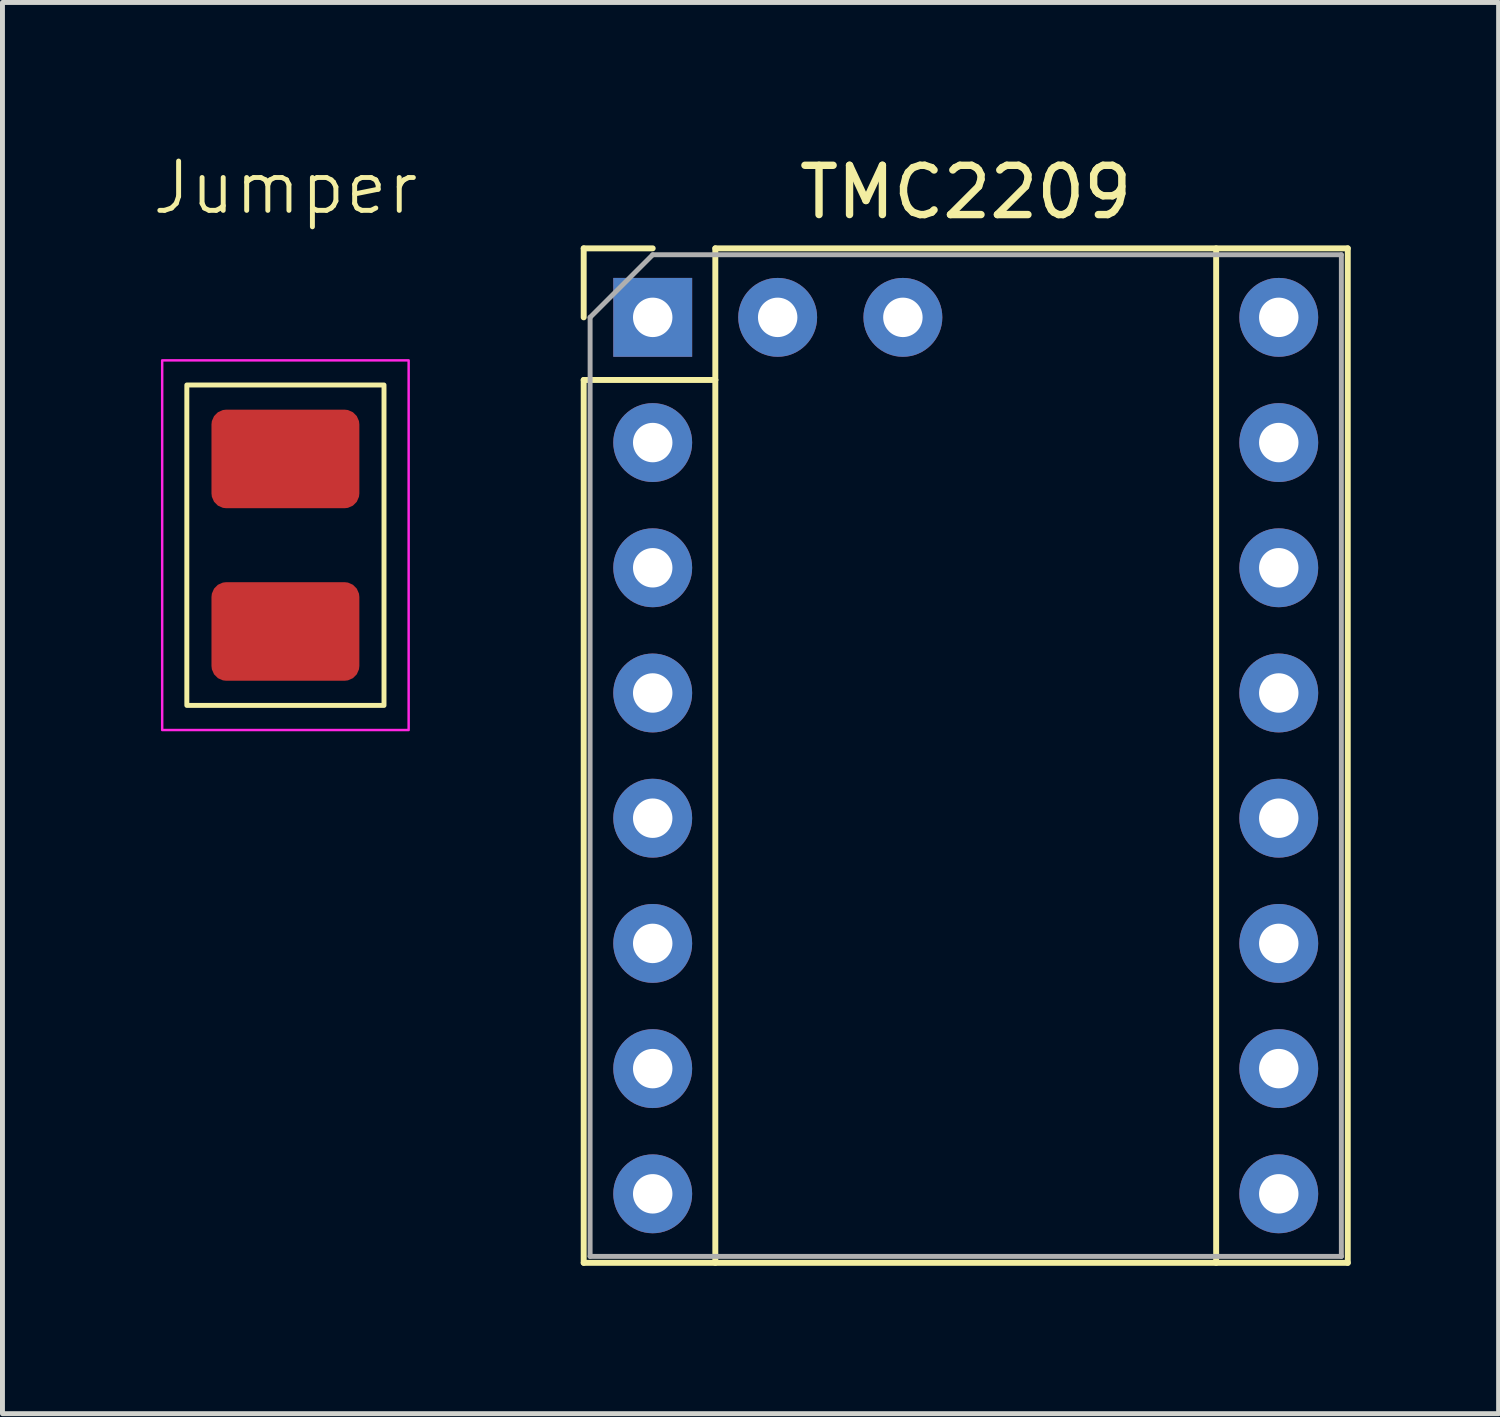
<source format=kicad_pcb>
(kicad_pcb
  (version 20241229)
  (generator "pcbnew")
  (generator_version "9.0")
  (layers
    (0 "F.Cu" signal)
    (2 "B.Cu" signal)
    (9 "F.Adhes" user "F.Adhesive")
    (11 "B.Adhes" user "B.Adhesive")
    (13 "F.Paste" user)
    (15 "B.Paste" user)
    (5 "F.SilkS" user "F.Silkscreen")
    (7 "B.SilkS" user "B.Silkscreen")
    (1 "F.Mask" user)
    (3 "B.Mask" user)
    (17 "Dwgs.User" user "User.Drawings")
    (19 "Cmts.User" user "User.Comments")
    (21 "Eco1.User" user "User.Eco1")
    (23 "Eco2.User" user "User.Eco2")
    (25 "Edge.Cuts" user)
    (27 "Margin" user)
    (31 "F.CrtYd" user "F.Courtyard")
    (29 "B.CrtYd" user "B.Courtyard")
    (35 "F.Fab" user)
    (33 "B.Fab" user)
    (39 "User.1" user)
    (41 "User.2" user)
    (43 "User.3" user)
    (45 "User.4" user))
  (footprint "Jumper"
    (layer "F.Cu")
    (at 2.74 1.26)
    (property "Reference" "Jumper" (at 0 -0.5 0) (unlocked yes) (layer "F.SilkS") (effects (font (size 1 1) (thickness 0.1))))
    (attr through_hole)
    (fp_rect (start -2 3.5) (end 2 10) (stroke (width 0.1) (type default)) (fill no) (layer "F.SilkS"))
    (fp_rect (start -2.5 3) (end 2.5 10.5) (stroke (width 0.05) (type default)) (fill no) (layer "F.CrtYd"))
    (pad "1" smd roundrect (at 0 5) (size 3 2) (layers "F.Cu" "F.Mask" "F.Paste") (roundrect_rratio 0.15))
    (pad "2" smd roundrect (at 0 8.5) (size 3 2) (layers "F.Cu" "F.Mask" "F.Paste") (roundrect_rratio 0.15)))
  (footprint "TMC2209"
    (layer "F.Cu")
    (at 8.731 1.928)
    (property "Reference" "TMC2209" (at 7.81 -1.08 0) (layer "F.SilkS") (effects (font (size 1 1) (thickness 0.15))))
    (attr through_hole)
    (fp_line (start 0.06 0.06) (end 0.06 1.46) (stroke (width 0.12) (type solid)) (layer "F.SilkS"))
    (fp_line (start 0.06 2.73) (end 0.06 20.64) (stroke (width 0.12) (type solid)) (layer "F.SilkS"))
    (fp_line (start 0.06 20.64) (end 15.56 20.64) (stroke (width 0.12) (type solid)) (layer "F.SilkS"))
    (fp_line (start 1.46 0.06) (end 0.06 0.06) (stroke (width 0.12) (type solid)) (layer "F.SilkS"))
    (fp_line (start 2.73 0.06) (end 2.73 2.73) (stroke (width 0.12) (type solid)) (layer "F.SilkS"))
    (fp_line (start 2.73 2.73) (end 0.06 2.73) (stroke (width 0.12) (type solid)) (layer "F.SilkS"))
    (fp_line (start 2.73 2.73) (end 2.73 20.64) (stroke (width 0.12) (type solid)) (layer "F.SilkS"))
    (fp_line (start 12.89 0.06) (end 12.89 20.64) (stroke (width 0.12) (type solid)) (layer "F.SilkS"))
    (fp_line (start 15.56 0.06) (end 2.73 0.06) (stroke (width 0.12) (type solid)) (layer "F.SilkS"))
    (fp_line (start 15.56 20.64) (end 15.56 0.06) (stroke (width 0.12) (type solid)) (layer "F.SilkS"))
    (fp_line (start 0.19 1.46) (end 1.46 0.19) (stroke (width 0.1) (type solid)) (layer "F.Fab"))
    (fp_line (start 0.19 20.51) (end 0.19 1.46) (stroke (width 0.1) (type solid)) (layer "F.Fab"))
    (fp_line (start 1.46 0.19) (end 15.43 0.19) (stroke (width 0.1) (type solid)) (layer "F.Fab"))
    (fp_line (start 15.43 0.19) (end 15.43 20.51) (stroke (width 0.1) (type solid)) (layer "F.Fab"))
    (fp_line (start 15.43 20.51) (end 0.19 20.51) (stroke (width 0.1) (type solid)) (layer "F.Fab"))
    (pad "1" thru_hole rect (at 1.46 1.46) (size 1.6 1.6) (drill 0.8) (layers "*.Cu" "*.Mask"))
    (pad "2" thru_hole oval (at 1.46 4) (size 1.6 1.6) (drill 0.8) (layers "*.Cu" "*.Mask"))
    (pad "3" thru_hole oval (at 1.46 6.54) (size 1.6 1.6) (drill 0.8) (layers "*.Cu" "*.Mask"))
    (pad "4" thru_hole oval (at 1.46 9.08) (size 1.6 1.6) (drill 0.8) (layers "*.Cu" "*.Mask"))
    (pad "5" thru_hole oval (at 1.46 11.62) (size 1.6 1.6) (drill 0.8) (layers "*.Cu" "*.Mask"))
    (pad "6" thru_hole oval (at 1.46 14.16) (size 1.6 1.6) (drill 0.8) (layers "*.Cu" "*.Mask"))
    (pad "7" thru_hole oval (at 1.46 16.7) (size 1.6 1.6) (drill 0.8) (layers "*.Cu" "*.Mask"))
    (pad "8" thru_hole oval (at 1.46 19.24) (size 1.6 1.6) (drill 0.8) (layers "*.Cu" "*.Mask"))
    (pad "9" thru_hole oval (at 14.16 19.24) (size 1.6 1.6) (drill 0.8) (layers "*.Cu" "*.Mask"))
    (pad "10" thru_hole oval (at 14.16 16.7) (size 1.6 1.6) (drill 0.8) (layers "*.Cu" "*.Mask"))
    (pad "11" thru_hole oval (at 14.16 14.16) (size 1.6 1.6) (drill 0.8) (layers "*.Cu" "*.Mask"))
    (pad "12" thru_hole oval (at 14.16 11.62) (size 1.6 1.6) (drill 0.8) (layers "*.Cu" "*.Mask"))
    (pad "13" thru_hole oval (at 14.16 9.08) (size 1.6 1.6) (drill 0.8) (layers "*.Cu" "*.Mask"))
    (pad "14" thru_hole oval (at 14.16 6.54) (size 1.6 1.6) (drill 0.8) (layers "*.Cu" "*.Mask"))
    (pad "15" thru_hole oval (at 14.16 4) (size 1.6 1.6) (drill 0.8) (layers "*.Cu" "*.Mask"))
    (pad "16" thru_hole oval (at 14.16 1.46) (size 1.6 1.6) (drill 0.8) (layers "*.Cu" "*.Mask"))
    (pad "18" thru_hole oval (at 6.535 1.46 90) (size 1.6 1.6) (drill 0.8) (layers "*.Cu" "*.Mask"))
    (pad "19" thru_hole oval (at 3.995 1.46 90) (size 1.6 1.6) (drill 0.8) (layers "*.Cu" "*.Mask")))
  (gr_rect
    (start -3 -3)
    (end 27.351 25.628)
    (stroke (width 0.1) (type default))
    (fill no)
    (layer "Edge.Cuts")))
</source>
